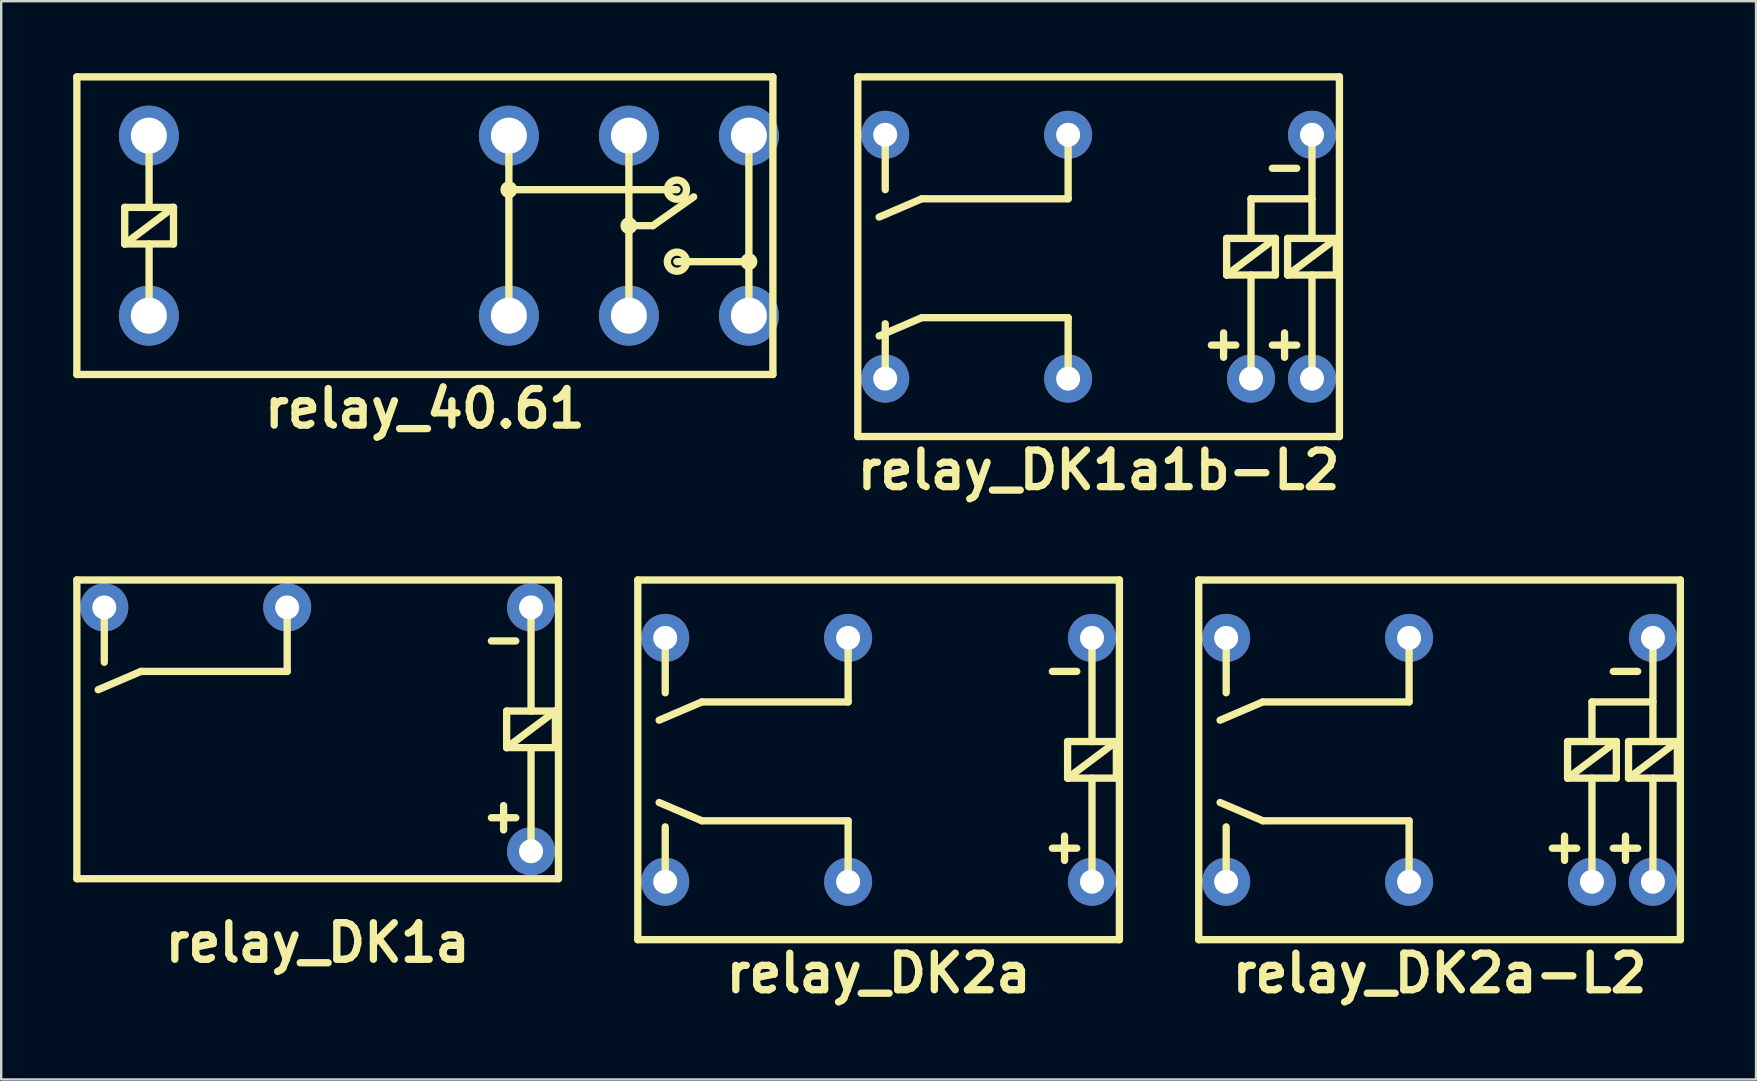
<source format=kicad_pcb>
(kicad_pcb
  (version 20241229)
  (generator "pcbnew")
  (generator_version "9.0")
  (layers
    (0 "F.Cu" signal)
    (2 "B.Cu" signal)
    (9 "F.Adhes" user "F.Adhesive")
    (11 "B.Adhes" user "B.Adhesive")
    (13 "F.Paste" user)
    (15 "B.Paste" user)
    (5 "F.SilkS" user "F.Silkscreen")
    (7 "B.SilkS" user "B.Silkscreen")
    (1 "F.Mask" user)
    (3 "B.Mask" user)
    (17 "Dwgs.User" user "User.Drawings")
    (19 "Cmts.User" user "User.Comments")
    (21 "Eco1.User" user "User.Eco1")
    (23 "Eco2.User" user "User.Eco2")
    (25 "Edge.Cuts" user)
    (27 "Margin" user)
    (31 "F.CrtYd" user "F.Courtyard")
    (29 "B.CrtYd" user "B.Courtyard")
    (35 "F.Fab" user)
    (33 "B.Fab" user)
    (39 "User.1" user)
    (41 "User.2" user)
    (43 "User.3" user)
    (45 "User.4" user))
  (footprint "relay_DK1a1b-L2"
    (layer "F.Cu")
    (at 42.722 7.645)
    (property "Reference" "relay_DK1a1b-L2" (at 0 8.89 0) (layer "F.SilkS") (effects (font (size 1.524 1.524) (thickness 0.305))))
    (attr through_hole)
    (fp_line (start -10.033 -7.493) (end -10.033 7.493) (stroke (width 0.305) (type solid)) (layer "F.SilkS"))
    (fp_line (start -10.033 7.493) (end 10.033 7.493) (stroke (width 0.305) (type solid)) (layer "F.SilkS"))
    (fp_line (start -8.89 -5.08) (end -8.89 -2.794) (stroke (width 0.305) (type solid)) (layer "F.SilkS"))
    (fp_line (start -8.89 2.794) (end -8.89 5.08) (stroke (width 0.305) (type solid)) (layer "F.SilkS"))
    (fp_line (start -7.366 -2.413) (end -9.144 -1.651) (stroke (width 0.305) (type solid)) (layer "F.SilkS"))
    (fp_line (start -7.366 2.54) (end -9.144 3.302) (stroke (width 0.305) (type solid)) (layer "F.SilkS"))
    (fp_line (start -1.27 -4.953) (end -1.27 -2.413) (stroke (width 0.305) (type solid)) (layer "F.SilkS"))
    (fp_line (start -1.27 -2.413) (end -7.366 -2.413) (stroke (width 0.305) (type solid)) (layer "F.SilkS"))
    (fp_line (start -1.27 2.54) (end -7.366 2.54) (stroke (width 0.305) (type solid)) (layer "F.SilkS"))
    (fp_line (start -1.27 2.54) (end -1.27 5.08) (stroke (width 0.305) (type solid)) (layer "F.SilkS"))
    (fp_line (start 4.699 3.683) (end 5.715 3.683) (stroke (width 0.305) (type solid)) (layer "F.SilkS"))
    (fp_line (start 5.207 3.175) (end 5.207 4.191) (stroke (width 0.305) (type solid)) (layer "F.SilkS"))
    (fp_line (start 5.334 -0.762) (end 7.366 -0.762) (stroke (width 0.305) (type solid)) (layer "F.SilkS"))
    (fp_line (start 5.334 0.762) (end 5.334 -0.762) (stroke (width 0.305) (type solid)) (layer "F.SilkS"))
    (fp_line (start 6.35 -2.413) (end 8.89 -2.413) (stroke (width 0.305) (type solid)) (layer "F.SilkS"))
    (fp_line (start 6.35 -0.762) (end 6.35 -2.413) (stroke (width 0.305) (type solid)) (layer "F.SilkS"))
    (fp_line (start 6.35 5.08) (end 6.35 0.762) (stroke (width 0.305) (type solid)) (layer "F.SilkS"))
    (fp_line (start 7.239 -3.683) (end 8.255 -3.683) (stroke (width 0.305) (type solid)) (layer "F.SilkS"))
    (fp_line (start 7.239 3.683) (end 8.255 3.683) (stroke (width 0.305) (type solid)) (layer "F.SilkS"))
    (fp_line (start 7.366 -0.762) (end 5.334 0.762) (stroke (width 0.305) (type solid)) (layer "F.SilkS"))
    (fp_line (start 7.366 -0.762) (end 7.366 0.762) (stroke (width 0.305) (type solid)) (layer "F.SilkS"))
    (fp_line (start 7.366 0.762) (end 5.334 0.762) (stroke (width 0.305) (type solid)) (layer "F.SilkS"))
    (fp_line (start 7.747 3.175) (end 7.747 4.191) (stroke (width 0.305) (type solid)) (layer "F.SilkS"))
    (fp_line (start 7.874 -0.762) (end 9.906 -0.762) (stroke (width 0.305) (type solid)) (layer "F.SilkS"))
    (fp_line (start 7.874 0.762) (end 7.874 -0.762) (stroke (width 0.305) (type solid)) (layer "F.SilkS"))
    (fp_line (start 8.89 -0.762) (end 8.89 -5.08) (stroke (width 0.305) (type solid)) (layer "F.SilkS"))
    (fp_line (start 8.89 5.08) (end 8.89 0.762) (stroke (width 0.305) (type solid)) (layer "F.SilkS"))
    (fp_line (start 9.906 -0.762) (end 7.874 0.762) (stroke (width 0.305) (type solid)) (layer "F.SilkS"))
    (fp_line (start 9.906 -0.762) (end 9.906 0.762) (stroke (width 0.305) (type solid)) (layer "F.SilkS"))
    (fp_line (start 9.906 0.762) (end 7.874 0.762) (stroke (width 0.305) (type solid)) (layer "F.SilkS"))
    (fp_line (start 10.033 -7.493) (end -10.033 -7.493) (stroke (width 0.305) (type solid)) (layer "F.SilkS"))
    (fp_line (start 10.033 7.493) (end 10.033 -7.493) (stroke (width 0.305) (type solid)) (layer "F.SilkS"))
    (pad "1" thru_hole circle (at 8.89 -5.08 180) (size 2 2) (drill 1) (layers "*.Cu" "*.Mask"))
    (pad "3" thru_hole circle (at -1.27 -5.08 180) (size 2 2) (drill 1) (layers "*.Cu" "*.Mask"))
    (pad "4" thru_hole circle (at -8.89 -5.08 180) (size 2 2) (drill 1) (layers "*.Cu" "*.Mask"))
    (pad "5" thru_hole circle (at -8.89 5.08 180) (size 2 2) (drill 1) (layers "*.Cu" "*.Mask"))
    (pad "6" thru_hole circle (at -1.27 5.08 180) (size 2 2) (drill 1) (layers "*.Cu" "*.Mask"))
    (pad "7" thru_hole circle (at 6.35 5.08 180) (size 2 2) (drill 1) (layers "*.Cu" "*.Mask"))
    (pad "8" thru_hole circle (at 8.89 5.08 180) (size 2 2) (drill 1) (layers "*.Cu" "*.Mask")))
  (footprint "relay_40.61"
    (layer "F.Cu")
    (at 14.652 6.352)
    (property "Reference" "relay_40.61" (at 0 7.62 0) (layer "F.SilkS") (effects (font (size 1.524 1.524) (thickness 0.305))))
    (attr through_hole)
    (fp_line (start -14.5 -6.2) (end -14.5 6.2) (stroke (width 0.305) (type solid)) (layer "F.SilkS"))
    (fp_line (start -14.5 -6.2) (end 14.5 -6.2) (stroke (width 0.305) (type solid)) (layer "F.SilkS"))
    (fp_line (start -14.5 6.2) (end 14.5 6.2) (stroke (width 0.305) (type solid)) (layer "F.SilkS"))
    (fp_line (start -12.506 -0.762) (end -10.474 -0.762) (stroke (width 0.305) (type solid)) (layer "F.SilkS"))
    (fp_line (start -12.506 0.762) (end -12.506 -0.762) (stroke (width 0.305) (type solid)) (layer "F.SilkS"))
    (fp_line (start -12.506 0.762) (end -10.474 -0.762) (stroke (width 0.305) (type solid)) (layer "F.SilkS"))
    (fp_line (start -11.49 -3.81) (end -11.49 -0.762) (stroke (width 0.305) (type solid)) (layer "F.SilkS"))
    (fp_line (start -11.49 3.81) (end -11.49 0.762) (stroke (width 0.305) (type solid)) (layer "F.SilkS"))
    (fp_line (start -10.474 -0.762) (end -10.474 0.762) (stroke (width 0.305) (type solid)) (layer "F.SilkS"))
    (fp_line (start -10.474 0.762) (end -12.506 0.762) (stroke (width 0.305) (type solid)) (layer "F.SilkS"))
    (fp_line (start 3.5 -3.7) (end 3.5 3.7) (stroke (width 0.305) (type solid)) (layer "F.SilkS"))
    (fp_line (start 3.5 -1.5) (end 10.5 -1.5) (stroke (width 0.305) (type solid)) (layer "F.SilkS"))
    (fp_line (start 8.5 -3.7) (end 8.5 -1.4) (stroke (width 0.305) (type solid)) (layer "F.SilkS"))
    (fp_line (start 8.5 0) (end 9.5 0) (stroke (width 0.305) (type solid)) (layer "F.SilkS"))
    (fp_line (start 8.5 3.7) (end 8.5 -1.4) (stroke (width 0.305) (type solid)) (layer "F.SilkS"))
    (fp_line (start 9.5 0) (end 11.2 -1.2) (stroke (width 0.305) (type solid)) (layer "F.SilkS"))
    (fp_line (start 10.5 1.5) (end 13.5 1.5) (stroke (width 0.305) (type solid)) (layer "F.SilkS"))
    (fp_line (start 13.5 -3.7) (end 13.5 3.7) (stroke (width 0.305) (type solid)) (layer "F.SilkS"))
    (fp_line (start 14.5 -6.2) (end 14.5 6.2) (stroke (width 0.305) (type solid)) (layer "F.SilkS"))
    (fp_circle (center 3.5 -1.5) (end 3.3 -1.5) (stroke (width 0.305) (type solid)) (fill no) (layer "F.SilkS"))
    (fp_circle (center 8.5 0) (end 8.7 0) (stroke (width 0.305) (type solid)) (fill no) (layer "F.SilkS"))
    (fp_circle (center 10.5 -1.5) (end 10.1 -1.5) (stroke (width 0.305) (type solid)) (fill no) (layer "F.SilkS"))
    (fp_circle (center 10.5 1.5) (end 10.1 1.5) (stroke (width 0.305) (type solid)) (fill no) (layer "F.SilkS"))
    (fp_circle (center 13.5 1.5) (end 13.7 1.5) (stroke (width 0.305) (type solid)) (fill no) (layer "F.SilkS"))
    (pad "1" thru_hole circle (at -11.5 3.75) (size 2.5 2.5) (drill 1.5) (layers "*.Cu" "*.Mask"))
    (pad "2" thru_hole circle (at -11.5 -3.75) (size 2.5 2.5) (drill 1.5) (layers "*.Cu" "*.Mask"))
    (pad "11" thru_hole circle (at 8.5 3.75) (size 2.5 2.5) (drill 1.5) (layers "*.Cu" "*.Mask"))
    (pad "12" thru_hole circle (at 3.5 3.75) (size 2.5 2.5) (drill 1.5) (layers "*.Cu" "*.Mask"))
    (pad "14" thru_hole circle (at 13.5 3.75) (size 2.5 2.5) (drill 1.5) (layers "*.Cu" "*.Mask"))
    (pad "21" thru_hole circle (at 8.5 -3.75) (size 2.5 2.5) (drill 1.5) (layers "*.Cu" "*.Mask"))
    (pad "22" thru_hole circle (at 3.5 -3.75) (size 2.5 2.5) (drill 1.5) (layers "*.Cu" "*.Mask"))
    (pad "24" thru_hole circle (at 13.5 -3.75) (size 2.5 2.5) (drill 1.5) (layers "*.Cu" "*.Mask")))
  (footprint "relay_DK1a"
    (layer "F.Cu")
    (at 10.185 27.337)
    (property "Reference" "relay_DK1a" (at 0 8.89 0) (layer "F.SilkS") (effects (font (size 1.524 1.524) (thickness 0.305))))
    (attr through_hole)
    (fp_line (start -10.033 6.223) (end -10.033 -6.223) (stroke (width 0.305) (type solid)) (layer "F.SilkS"))
    (fp_line (start -10.033 6.223) (end 10.033 6.223) (stroke (width 0.305) (type solid)) (layer "F.SilkS"))
    (fp_line (start -8.89 -5.08) (end -8.89 -2.794) (stroke (width 0.305) (type solid)) (layer "F.SilkS"))
    (fp_line (start -7.366 -2.413) (end -9.144 -1.651) (stroke (width 0.305) (type solid)) (layer "F.SilkS"))
    (fp_line (start -1.27 -4.953) (end -1.27 -2.413) (stroke (width 0.305) (type solid)) (layer "F.SilkS"))
    (fp_line (start -1.27 -2.413) (end -7.366 -2.413) (stroke (width 0.305) (type solid)) (layer "F.SilkS"))
    (fp_line (start 7.239 -3.683) (end 8.255 -3.683) (stroke (width 0.305) (type solid)) (layer "F.SilkS"))
    (fp_line (start 7.239 3.683) (end 8.255 3.683) (stroke (width 0.305) (type solid)) (layer "F.SilkS"))
    (fp_line (start 7.747 3.175) (end 7.747 4.191) (stroke (width 0.305) (type solid)) (layer "F.SilkS"))
    (fp_line (start 7.874 -0.762) (end 9.906 -0.762) (stroke (width 0.305) (type solid)) (layer "F.SilkS"))
    (fp_line (start 7.874 0.762) (end 7.874 -0.762) (stroke (width 0.305) (type solid)) (layer "F.SilkS"))
    (fp_line (start 8.89 -0.762) (end 8.89 -5.08) (stroke (width 0.305) (type solid)) (layer "F.SilkS"))
    (fp_line (start 8.89 5.08) (end 8.89 0.762) (stroke (width 0.305) (type solid)) (layer "F.SilkS"))
    (fp_line (start 9.906 -0.762) (end 7.874 0.762) (stroke (width 0.305) (type solid)) (layer "F.SilkS"))
    (fp_line (start 9.906 -0.762) (end 9.906 0.762) (stroke (width 0.305) (type solid)) (layer "F.SilkS"))
    (fp_line (start 9.906 0.762) (end 7.874 0.762) (stroke (width 0.305) (type solid)) (layer "F.SilkS"))
    (fp_line (start 10.033 -6.223) (end -10.033 -6.223) (stroke (width 0.305) (type solid)) (layer "F.SilkS"))
    (fp_line (start 10.033 -6.223) (end 10.033 6.223) (stroke (width 0.305) (type solid)) (layer "F.SilkS"))
    (pad "1" thru_hole circle (at 8.89 -5.08 180) (size 2 2) (drill 1) (layers "*.Cu" "*.Mask"))
    (pad "3" thru_hole circle (at -1.27 -5.08 180) (size 2 2) (drill 1) (layers "*.Cu" "*.Mask"))
    (pad "4" thru_hole circle (at -8.89 -5.08 180) (size 2 2) (drill 1) (layers "*.Cu" "*.Mask"))
    (pad "6" thru_hole circle (at 8.89 5.08 180) (size 2 2) (drill 1) (layers "*.Cu" "*.Mask")))
  (footprint "relay_DK2a"
    (layer "F.Cu")
    (at 33.556 28.607)
    (property "Reference" "relay_DK2a" (at 0 8.89 0) (layer "F.SilkS") (effects (font (size 1.524 1.524) (thickness 0.305))))
    (attr through_hole)
    (fp_line (start -10.033 -7.493) (end -10.033 7.493) (stroke (width 0.305) (type solid)) (layer "F.SilkS"))
    (fp_line (start -10.033 7.493) (end 10.033 7.493) (stroke (width 0.305) (type solid)) (layer "F.SilkS"))
    (fp_line (start -8.89 -5.08) (end -8.89 -2.794) (stroke (width 0.305) (type solid)) (layer "F.SilkS"))
    (fp_line (start -8.89 2.794) (end -8.89 5.08) (stroke (width 0.305) (type solid)) (layer "F.SilkS"))
    (fp_line (start -7.366 -2.413) (end -9.144 -1.651) (stroke (width 0.305) (type solid)) (layer "F.SilkS"))
    (fp_line (start -7.366 2.54) (end -9.144 1.778) (stroke (width 0.305) (type solid)) (layer "F.SilkS"))
    (fp_line (start -1.27 -4.953) (end -1.27 -2.413) (stroke (width 0.305) (type solid)) (layer "F.SilkS"))
    (fp_line (start -1.27 -2.413) (end -7.366 -2.413) (stroke (width 0.305) (type solid)) (layer "F.SilkS"))
    (fp_line (start -1.27 2.54) (end -7.366 2.54) (stroke (width 0.305) (type solid)) (layer "F.SilkS"))
    (fp_line (start -1.27 2.54) (end -1.27 5.08) (stroke (width 0.305) (type solid)) (layer "F.SilkS"))
    (fp_line (start 7.239 -3.683) (end 8.255 -3.683) (stroke (width 0.305) (type solid)) (layer "F.SilkS"))
    (fp_line (start 7.239 3.683) (end 8.255 3.683) (stroke (width 0.305) (type solid)) (layer "F.SilkS"))
    (fp_line (start 7.747 3.175) (end 7.747 4.191) (stroke (width 0.305) (type solid)) (layer "F.SilkS"))
    (fp_line (start 7.874 -0.762) (end 9.906 -0.762) (stroke (width 0.305) (type solid)) (layer "F.SilkS"))
    (fp_line (start 7.874 0.762) (end 7.874 -0.762) (stroke (width 0.305) (type solid)) (layer "F.SilkS"))
    (fp_line (start 8.89 -0.762) (end 8.89 -5.08) (stroke (width 0.305) (type solid)) (layer "F.SilkS"))
    (fp_line (start 8.89 5.08) (end 8.89 0.762) (stroke (width 0.305) (type solid)) (layer "F.SilkS"))
    (fp_line (start 9.906 -0.762) (end 7.874 0.762) (stroke (width 0.305) (type solid)) (layer "F.SilkS"))
    (fp_line (start 9.906 -0.762) (end 9.906 0.762) (stroke (width 0.305) (type solid)) (layer "F.SilkS"))
    (fp_line (start 9.906 0.762) (end 7.874 0.762) (stroke (width 0.305) (type solid)) (layer "F.SilkS"))
    (fp_line (start 10.033 -7.493) (end -10.033 -7.493) (stroke (width 0.305) (type solid)) (layer "F.SilkS"))
    (fp_line (start 10.033 7.493) (end 10.033 -7.493) (stroke (width 0.305) (type solid)) (layer "F.SilkS"))
    (pad "1" thru_hole circle (at 8.89 -5.08 180) (size 2 2) (drill 1) (layers "*.Cu" "*.Mask"))
    (pad "3" thru_hole circle (at -1.27 -5.08 180) (size 2 2) (drill 1) (layers "*.Cu" "*.Mask"))
    (pad "4" thru_hole circle (at -8.89 -5.08 180) (size 2 2) (drill 1) (layers "*.Cu" "*.Mask"))
    (pad "5" thru_hole circle (at -8.89 5.08 180) (size 2 2) (drill 1) (layers "*.Cu" "*.Mask"))
    (pad "6" thru_hole circle (at -1.27 5.08 180) (size 2 2) (drill 1) (layers "*.Cu" "*.Mask"))
    (pad "8" thru_hole circle (at 8.89 5.08 180) (size 2 2) (drill 1) (layers "*.Cu" "*.Mask")))
  (footprint "relay_DK2a-L2"
    (layer "F.Cu")
    (at 56.927 28.607)
    (property "Reference" "relay_DK2a-L2" (at 0 8.89 0) (layer "F.SilkS") (effects (font (size 1.524 1.524) (thickness 0.305))))
    (attr through_hole)
    (fp_line (start -10.033 -7.493) (end -10.033 7.493) (stroke (width 0.305) (type solid)) (layer "F.SilkS"))
    (fp_line (start -10.033 7.493) (end 10.033 7.493) (stroke (width 0.305) (type solid)) (layer "F.SilkS"))
    (fp_line (start -8.89 -5.08) (end -8.89 -2.794) (stroke (width 0.305) (type solid)) (layer "F.SilkS"))
    (fp_line (start -8.89 2.794) (end -8.89 5.08) (stroke (width 0.305) (type solid)) (layer "F.SilkS"))
    (fp_line (start -7.366 -2.413) (end -9.144 -1.651) (stroke (width 0.305) (type solid)) (layer "F.SilkS"))
    (fp_line (start -7.366 2.54) (end -9.144 1.778) (stroke (width 0.305) (type solid)) (layer "F.SilkS"))
    (fp_line (start -1.27 -4.953) (end -1.27 -2.413) (stroke (width 0.305) (type solid)) (layer "F.SilkS"))
    (fp_line (start -1.27 -2.413) (end -7.366 -2.413) (stroke (width 0.305) (type solid)) (layer "F.SilkS"))
    (fp_line (start -1.27 2.54) (end -7.366 2.54) (stroke (width 0.305) (type solid)) (layer "F.SilkS"))
    (fp_line (start -1.27 2.54) (end -1.27 5.08) (stroke (width 0.305) (type solid)) (layer "F.SilkS"))
    (fp_line (start 4.699 3.683) (end 5.715 3.683) (stroke (width 0.305) (type solid)) (layer "F.SilkS"))
    (fp_line (start 5.207 3.175) (end 5.207 4.191) (stroke (width 0.305) (type solid)) (layer "F.SilkS"))
    (fp_line (start 5.334 -0.762) (end 7.366 -0.762) (stroke (width 0.305) (type solid)) (layer "F.SilkS"))
    (fp_line (start 5.334 0.762) (end 5.334 -0.762) (stroke (width 0.305) (type solid)) (layer "F.SilkS"))
    (fp_line (start 6.35 -2.413) (end 8.89 -2.413) (stroke (width 0.305) (type solid)) (layer "F.SilkS"))
    (fp_line (start 6.35 -0.762) (end 6.35 -2.413) (stroke (width 0.305) (type solid)) (layer "F.SilkS"))
    (fp_line (start 6.35 5.08) (end 6.35 0.762) (stroke (width 0.305) (type solid)) (layer "F.SilkS"))
    (fp_line (start 7.239 -3.683) (end 8.255 -3.683) (stroke (width 0.305) (type solid)) (layer "F.SilkS"))
    (fp_line (start 7.239 3.683) (end 8.255 3.683) (stroke (width 0.305) (type solid)) (layer "F.SilkS"))
    (fp_line (start 7.366 -0.762) (end 5.334 0.762) (stroke (width 0.305) (type solid)) (layer "F.SilkS"))
    (fp_line (start 7.366 -0.762) (end 7.366 0.762) (stroke (width 0.305) (type solid)) (layer "F.SilkS"))
    (fp_line (start 7.366 0.762) (end 5.334 0.762) (stroke (width 0.305) (type solid)) (layer "F.SilkS"))
    (fp_line (start 7.747 3.175) (end 7.747 4.191) (stroke (width 0.305) (type solid)) (layer "F.SilkS"))
    (fp_line (start 7.874 -0.762) (end 9.906 -0.762) (stroke (width 0.305) (type solid)) (layer "F.SilkS"))
    (fp_line (start 7.874 0.762) (end 7.874 -0.762) (stroke (width 0.305) (type solid)) (layer "F.SilkS"))
    (fp_line (start 8.89 -0.762) (end 8.89 -5.08) (stroke (width 0.305) (type solid)) (layer "F.SilkS"))
    (fp_line (start 8.89 5.08) (end 8.89 0.762) (stroke (width 0.305) (type solid)) (layer "F.SilkS"))
    (fp_line (start 9.906 -0.762) (end 7.874 0.762) (stroke (width 0.305) (type solid)) (layer "F.SilkS"))
    (fp_line (start 9.906 -0.762) (end 9.906 0.762) (stroke (width 0.305) (type solid)) (layer "F.SilkS"))
    (fp_line (start 9.906 0.762) (end 7.874 0.762) (stroke (width 0.305) (type solid)) (layer "F.SilkS"))
    (fp_line (start 10.033 -7.493) (end -10.033 -7.493) (stroke (width 0.305) (type solid)) (layer "F.SilkS"))
    (fp_line (start 10.033 7.493) (end 10.033 -7.493) (stroke (width 0.305) (type solid)) (layer "F.SilkS"))
    (pad "1" thru_hole circle (at 8.89 -5.08 180) (size 2 2) (drill 1) (layers "*.Cu" "*.Mask"))
    (pad "3" thru_hole circle (at -1.27 -5.08 180) (size 2 2) (drill 1) (layers "*.Cu" "*.Mask"))
    (pad "4" thru_hole circle (at -8.89 -5.08 180) (size 2 2) (drill 1) (layers "*.Cu" "*.Mask"))
    (pad "5" thru_hole circle (at -8.89 5.08 180) (size 2 2) (drill 1) (layers "*.Cu" "*.Mask"))
    (pad "6" thru_hole circle (at -1.27 5.08 180) (size 2 2) (drill 1) (layers "*.Cu" "*.Mask"))
    (pad "7" thru_hole circle (at 6.35 5.08 180) (size 2 2) (drill 1) (layers "*.Cu" "*.Mask"))
    (pad "8" thru_hole circle (at 8.89 5.08 180) (size 2 2) (drill 1) (layers "*.Cu" "*.Mask")))
  (gr_rect
    (start -3 -3)
    (end 70.112 41.924)
    (stroke (width 0.1) (type default))
    (fill no)
    (layer "Edge.Cuts")))
</source>
